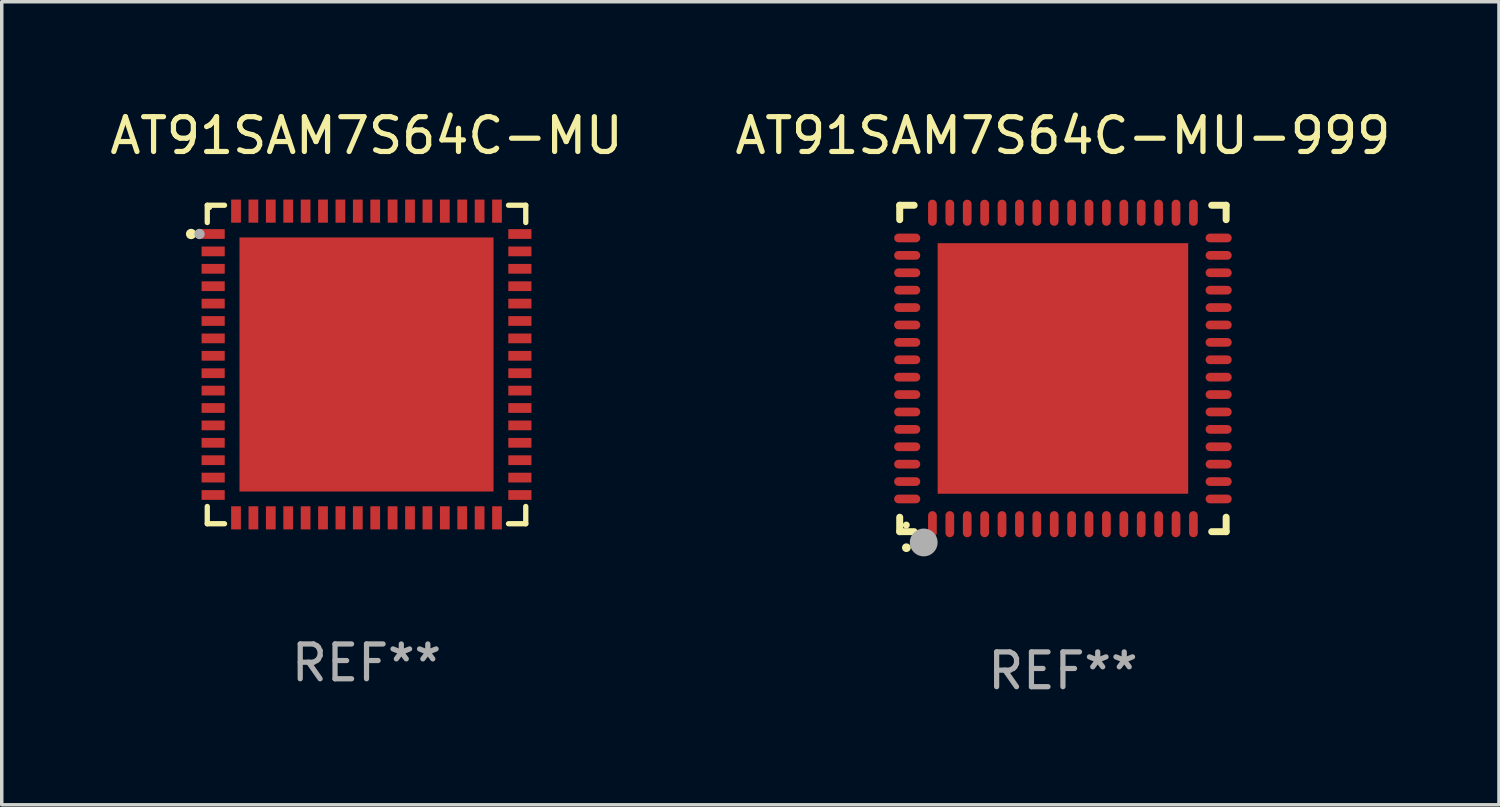
<source format=kicad_pcb>
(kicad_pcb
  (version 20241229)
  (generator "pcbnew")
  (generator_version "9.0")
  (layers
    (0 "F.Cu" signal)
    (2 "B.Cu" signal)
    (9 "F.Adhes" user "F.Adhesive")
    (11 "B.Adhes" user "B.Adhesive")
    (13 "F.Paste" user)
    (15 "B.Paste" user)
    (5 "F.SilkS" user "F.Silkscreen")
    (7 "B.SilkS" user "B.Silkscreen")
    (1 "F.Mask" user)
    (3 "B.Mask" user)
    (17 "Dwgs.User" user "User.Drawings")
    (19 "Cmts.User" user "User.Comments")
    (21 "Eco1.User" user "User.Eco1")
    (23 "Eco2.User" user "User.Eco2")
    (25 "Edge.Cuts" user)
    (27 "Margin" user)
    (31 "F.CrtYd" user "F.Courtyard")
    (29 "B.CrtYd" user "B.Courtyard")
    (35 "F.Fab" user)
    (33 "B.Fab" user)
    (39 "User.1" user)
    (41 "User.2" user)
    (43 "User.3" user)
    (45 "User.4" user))
  (footprint "AT91SAM7S64C-MU"
    (layer "F.Cu")
    (at 7.482 7.424)
    (property "Reference" "AT91SAM7S64C-MU" (at 0 -6.576 0) (layer "F.SilkS") (effects (font (size 1 1) (thickness 0.15))))
    (attr through_hole)
    (fp_line (start -4.576 -4.576) (end -4.576 -4.08) (stroke (width 0.152) (type solid)) (layer "F.SilkS"))
    (fp_line (start -4.576 4.576) (end -4.576 4.08) (stroke (width 0.152) (type solid)) (layer "F.SilkS"))
    (fp_line (start -4.08 -4.576) (end -4.576 -4.576) (stroke (width 0.152) (type solid)) (layer "F.SilkS"))
    (fp_line (start -4.08 4.576) (end -4.576 4.576) (stroke (width 0.152) (type solid)) (layer "F.SilkS"))
    (fp_line (start 4.08 -4.576) (end 4.576 -4.576) (stroke (width 0.152) (type solid)) (layer "F.SilkS"))
    (fp_line (start 4.08 4.576) (end 4.576 4.576) (stroke (width 0.152) (type solid)) (layer "F.SilkS"))
    (fp_line (start 4.576 -4.576) (end 4.576 -4.08) (stroke (width 0.152) (type solid)) (layer "F.SilkS"))
    (fp_line (start 4.576 4.576) (end 4.576 4.08) (stroke (width 0.152) (type solid)) (layer "F.SilkS"))
    (fp_circle (center -5.04 -3.75) (end -4.965 -3.75) (stroke (width 0.15) (type solid)) (fill no) (layer "F.SilkS"))
    (fp_circle (center -4.5 -4.5) (end -4.47 -4.5) (stroke (width 0.06) (type solid)) (fill no) (layer "F.SilkS"))
    (fp_circle (center -4.8 -3.75) (end -4.725 -3.75) (stroke (width 0.15) (type solid)) (fill no) (layer "F.Fab"))
    (fp_text user "REF**" (at 0 8.576 0) (layer "F.Fab") (effects (font (size 1 1) (thickness 0.15))))
    (pad "1" smd rect (at -4.407 -3.75) (size 0.665 0.28) (layers "F.Cu" "F.Mask" "F.Paste"))
    (pad "2" smd rect (at -4.407 -3.25) (size 0.665 0.28) (layers "F.Cu" "F.Mask" "F.Paste"))
    (pad "3" smd rect (at -4.407 -2.75) (size 0.665 0.28) (layers "F.Cu" "F.Mask" "F.Paste"))
    (pad "4" smd rect (at -4.407 -2.25) (size 0.665 0.28) (layers "F.Cu" "F.Mask" "F.Paste"))
    (pad "5" smd rect (at -4.407 -1.75) (size 0.665 0.28) (layers "F.Cu" "F.Mask" "F.Paste"))
    (pad "6" smd rect (at -4.407 -1.25) (size 0.665 0.28) (layers "F.Cu" "F.Mask" "F.Paste"))
    (pad "7" smd rect (at -4.407 -0.75) (size 0.665 0.28) (layers "F.Cu" "F.Mask" "F.Paste"))
    (pad "8" smd rect (at -4.407 -0.25) (size 0.665 0.28) (layers "F.Cu" "F.Mask" "F.Paste"))
    (pad "9" smd rect (at -4.407 0.25) (size 0.665 0.28) (layers "F.Cu" "F.Mask" "F.Paste"))
    (pad "10" smd rect (at -4.407 0.75) (size 0.665 0.28) (layers "F.Cu" "F.Mask" "F.Paste"))
    (pad "11" smd rect (at -4.407 1.25) (size 0.665 0.28) (layers "F.Cu" "F.Mask" "F.Paste"))
    (pad "12" smd rect (at -4.407 1.75) (size 0.665 0.28) (layers "F.Cu" "F.Mask" "F.Paste"))
    (pad "13" smd rect (at -4.407 2.25) (size 0.665 0.28) (layers "F.Cu" "F.Mask" "F.Paste"))
    (pad "14" smd rect (at -4.407 2.75) (size 0.665 0.28) (layers "F.Cu" "F.Mask" "F.Paste"))
    (pad "15" smd rect (at -4.407 3.25) (size 0.665 0.28) (layers "F.Cu" "F.Mask" "F.Paste"))
    (pad "16" smd rect (at -4.407 3.75) (size 0.665 0.28) (layers "F.Cu" "F.Mask" "F.Paste"))
    (pad "17" smd rect (at -3.75 4.407) (size 0.28 0.665) (layers "F.Cu" "F.Mask" "F.Paste"))
    (pad "18" smd rect (at -3.25 4.407) (size 0.28 0.665) (layers "F.Cu" "F.Mask" "F.Paste"))
    (pad "19" smd rect (at -2.75 4.407) (size 0.28 0.665) (layers "F.Cu" "F.Mask" "F.Paste"))
    (pad "20" smd rect (at -2.25 4.407) (size 0.28 0.665) (layers "F.Cu" "F.Mask" "F.Paste"))
    (pad "21" smd rect (at -1.75 4.407) (size 0.28 0.665) (layers "F.Cu" "F.Mask" "F.Paste"))
    (pad "22" smd rect (at -1.25 4.407) (size 0.28 0.665) (layers "F.Cu" "F.Mask" "F.Paste"))
    (pad "23" smd rect (at -0.75 4.407) (size 0.28 0.665) (layers "F.Cu" "F.Mask" "F.Paste"))
    (pad "24" smd rect (at -0.25 4.407) (size 0.28 0.665) (layers "F.Cu" "F.Mask" "F.Paste"))
    (pad "25" smd rect (at 0.25 4.407) (size 0.28 0.665) (layers "F.Cu" "F.Mask" "F.Paste"))
    (pad "26" smd rect (at 0.75 4.407) (size 0.28 0.665) (layers "F.Cu" "F.Mask" "F.Paste"))
    (pad "27" smd rect (at 1.25 4.407) (size 0.28 0.665) (layers "F.Cu" "F.Mask" "F.Paste"))
    (pad "28" smd rect (at 1.75 4.407) (size 0.28 0.665) (layers "F.Cu" "F.Mask" "F.Paste"))
    (pad "29" smd rect (at 2.25 4.407) (size 0.28 0.665) (layers "F.Cu" "F.Mask" "F.Paste"))
    (pad "30" smd rect (at 2.75 4.407) (size 0.28 0.665) (layers "F.Cu" "F.Mask" "F.Paste"))
    (pad "31" smd rect (at 3.25 4.407) (size 0.28 0.665) (layers "F.Cu" "F.Mask" "F.Paste"))
    (pad "32" smd rect (at 3.75 4.407) (size 0.28 0.665) (layers "F.Cu" "F.Mask" "F.Paste"))
    (pad "33" smd rect (at 4.407 3.75) (size 0.665 0.28) (layers "F.Cu" "F.Mask" "F.Paste"))
    (pad "34" smd rect (at 4.407 3.25) (size 0.665 0.28) (layers "F.Cu" "F.Mask" "F.Paste"))
    (pad "35" smd rect (at 4.407 2.75) (size 0.665 0.28) (layers "F.Cu" "F.Mask" "F.Paste"))
    (pad "36" smd rect (at 4.407 2.25) (size 0.665 0.28) (layers "F.Cu" "F.Mask" "F.Paste"))
    (pad "37" smd rect (at 4.407 1.75) (size 0.665 0.28) (layers "F.Cu" "F.Mask" "F.Paste"))
    (pad "38" smd rect (at 4.407 1.25) (size 0.665 0.28) (layers "F.Cu" "F.Mask" "F.Paste"))
    (pad "39" smd rect (at 4.407 0.75) (size 0.665 0.28) (layers "F.Cu" "F.Mask" "F.Paste"))
    (pad "40" smd rect (at 4.407 0.25) (size 0.665 0.28) (layers "F.Cu" "F.Mask" "F.Paste"))
    (pad "41" smd rect (at 4.407 -0.25) (size 0.665 0.28) (layers "F.Cu" "F.Mask" "F.Paste"))
    (pad "42" smd rect (at 4.407 -0.75) (size 0.665 0.28) (layers "F.Cu" "F.Mask" "F.Paste"))
    (pad "43" smd rect (at 4.407 -1.25) (size 0.665 0.28) (layers "F.Cu" "F.Mask" "F.Paste"))
    (pad "44" smd rect (at 4.407 -1.75) (size 0.665 0.28) (layers "F.Cu" "F.Mask" "F.Paste"))
    (pad "45" smd rect (at 4.407 -2.25) (size 0.665 0.28) (layers "F.Cu" "F.Mask" "F.Paste"))
    (pad "46" smd rect (at 4.407 -2.75) (size 0.665 0.28) (layers "F.Cu" "F.Mask" "F.Paste"))
    (pad "47" smd rect (at 4.407 -3.25) (size 0.665 0.28) (layers "F.Cu" "F.Mask" "F.Paste"))
    (pad "48" smd rect (at 4.407 -3.75) (size 0.665 0.28) (layers "F.Cu" "F.Mask" "F.Paste"))
    (pad "49" smd rect (at 3.75 -4.407) (size 0.28 0.665) (layers "F.Cu" "F.Mask" "F.Paste"))
    (pad "50" smd rect (at 3.25 -4.407) (size 0.28 0.665) (layers "F.Cu" "F.Mask" "F.Paste"))
    (pad "51" smd rect (at 2.75 -4.407) (size 0.28 0.665) (layers "F.Cu" "F.Mask" "F.Paste"))
    (pad "52" smd rect (at 2.25 -4.407) (size 0.28 0.665) (layers "F.Cu" "F.Mask" "F.Paste"))
    (pad "53" smd rect (at 1.75 -4.407) (size 0.28 0.665) (layers "F.Cu" "F.Mask" "F.Paste"))
    (pad "54" smd rect (at 1.25 -4.407) (size 0.28 0.665) (layers "F.Cu" "F.Mask" "F.Paste"))
    (pad "55" smd rect (at 0.75 -4.407) (size 0.28 0.665) (layers "F.Cu" "F.Mask" "F.Paste"))
    (pad "56" smd rect (at 0.25 -4.407) (size 0.28 0.665) (layers "F.Cu" "F.Mask" "F.Paste"))
    (pad "57" smd rect (at -0.25 -4.407) (size 0.28 0.665) (layers "F.Cu" "F.Mask" "F.Paste"))
    (pad "58" smd rect (at -0.75 -4.407) (size 0.28 0.665) (layers "F.Cu" "F.Mask" "F.Paste"))
    (pad "59" smd rect (at -1.25 -4.407) (size 0.28 0.665) (layers "F.Cu" "F.Mask" "F.Paste"))
    (pad "60" smd rect (at -1.75 -4.407) (size 0.28 0.665) (layers "F.Cu" "F.Mask" "F.Paste"))
    (pad "61" smd rect (at -2.25 -4.407) (size 0.28 0.665) (layers "F.Cu" "F.Mask" "F.Paste"))
    (pad "62" smd rect (at -2.75 -4.407) (size 0.28 0.665) (layers "F.Cu" "F.Mask" "F.Paste"))
    (pad "63" smd rect (at -3.25 -4.407) (size 0.28 0.665) (layers "F.Cu" "F.Mask" "F.Paste"))
    (pad "64" smd rect (at -3.75 -4.407) (size 0.28 0.665) (layers "F.Cu" "F.Mask" "F.Paste"))
    (pad "65" smd rect (at 0 0) (size 7.3 7.3) (layers "F.Cu" "F.Mask" "F.Paste")))
  (footprint "AT91SAM7S64C-MU-999"
    (layer "F.Cu")
    (at 27.494 7.538)
    (property "Reference" "AT91SAM7S64C-MU-999" (at 0 -6.69 0) (layer "F.SilkS") (effects (font (size 1 1) (thickness 0.15))))
    (attr through_hole)
    (fp_line (start -4.69 -4.69) (end -4.275 -4.69) (stroke (width 0.2) (type solid)) (layer "F.SilkS"))
    (fp_line (start -4.69 -4.275) (end -4.69 -4.69) (stroke (width 0.2) (type solid)) (layer "F.SilkS"))
    (fp_line (start -4.69 4.69) (end -4.69 4.275) (stroke (width 0.2) (type solid)) (layer "F.SilkS"))
    (fp_line (start -4.275 4.69) (end -4.69 4.69) (stroke (width 0.2) (type solid)) (layer "F.SilkS"))
    (fp_line (start 4.275 4.69) (end 4.69 4.69) (stroke (width 0.2) (type solid)) (layer "F.SilkS"))
    (fp_line (start 4.69 -4.69) (end 4.275 -4.69) (stroke (width 0.2) (type solid)) (layer "F.SilkS"))
    (fp_line (start 4.69 -4.275) (end 4.69 -4.69) (stroke (width 0.2) (type solid)) (layer "F.SilkS"))
    (fp_line (start 4.69 4.69) (end 4.69 4.275) (stroke (width 0.2) (type solid)) (layer "F.SilkS"))
    (fp_arc (start -4.499886 5.15) (mid -4.498616 5.149994) (end -4.497346 5.15) (stroke (width 0.24892) (type solid)) (layer "F.SilkS"))
    (fp_circle (center -4.5 4.5) (end -4.45 4.5) (stroke (width 0.1) (type solid)) (fill no) (layer "F.SilkS"))
    (fp_circle (center -4 5) (end -3.8 5) (stroke (width 0.4) (type solid)) (fill no) (layer "F.Fab"))
    (fp_text user "REF**" (at 0 8.69 0) (layer "F.Fab") (effects (font (size 1 1) (thickness 0.15))))
    (pad "1" smd oval (at -3.75 4.475) (size 0.25 0.75) (layers "F.Cu" "F.Mask" "F.Paste"))
    (pad "2" smd oval (at -3.25 4.475) (size 0.25 0.75) (layers "F.Cu" "F.Mask" "F.Paste"))
    (pad "3" smd oval (at -2.75 4.475) (size 0.25 0.75) (layers "F.Cu" "F.Mask" "F.Paste"))
    (pad "4" smd oval (at -2.25 4.475) (size 0.25 0.75) (layers "F.Cu" "F.Mask" "F.Paste"))
    (pad "5" smd oval (at -1.75 4.475) (size 0.25 0.75) (layers "F.Cu" "F.Mask" "F.Paste"))
    (pad "6" smd oval (at -1.25 4.475) (size 0.25 0.75) (layers "F.Cu" "F.Mask" "F.Paste"))
    (pad "7" smd oval (at -0.75 4.475) (size 0.25 0.75) (layers "F.Cu" "F.Mask" "F.Paste"))
    (pad "8" smd oval (at -0.25 4.475) (size 0.25 0.75) (layers "F.Cu" "F.Mask" "F.Paste"))
    (pad "9" smd oval (at 0.25 4.475) (size 0.25 0.75) (layers "F.Cu" "F.Mask" "F.Paste"))
    (pad "10" smd oval (at 0.75 4.475) (size 0.25 0.75) (layers "F.Cu" "F.Mask" "F.Paste"))
    (pad "11" smd oval (at 1.25 4.475) (size 0.25 0.75) (layers "F.Cu" "F.Mask" "F.Paste"))
    (pad "12" smd oval (at 1.75 4.475) (size 0.25 0.75) (layers "F.Cu" "F.Mask" "F.Paste"))
    (pad "13" smd oval (at 2.25 4.475) (size 0.25 0.75) (layers "F.Cu" "F.Mask" "F.Paste"))
    (pad "14" smd oval (at 2.75 4.475) (size 0.25 0.75) (layers "F.Cu" "F.Mask" "F.Paste"))
    (pad "15" smd oval (at 3.25 4.475) (size 0.25 0.75) (layers "F.Cu" "F.Mask" "F.Paste"))
    (pad "16" smd oval (at 3.75 4.475) (size 0.25 0.75) (layers "F.Cu" "F.Mask" "F.Paste"))
    (pad "17" smd oval (at 4.475 3.75) (size 0.75 0.25) (layers "F.Cu" "F.Mask" "F.Paste"))
    (pad "18" smd oval (at 4.475 3.25) (size 0.75 0.25) (layers "F.Cu" "F.Mask" "F.Paste"))
    (pad "19" smd oval (at 4.475 2.75) (size 0.75 0.25) (layers "F.Cu" "F.Mask" "F.Paste"))
    (pad "20" smd oval (at 4.475 2.25) (size 0.75 0.25) (layers "F.Cu" "F.Mask" "F.Paste"))
    (pad "21" smd oval (at 4.475 1.75) (size 0.75 0.25) (layers "F.Cu" "F.Mask" "F.Paste"))
    (pad "22" smd oval (at 4.475 1.25) (size 0.75 0.25) (layers "F.Cu" "F.Mask" "F.Paste"))
    (pad "23" smd oval (at 4.475 0.75) (size 0.75 0.25) (layers "F.Cu" "F.Mask" "F.Paste"))
    (pad "24" smd oval (at 4.475 0.25) (size 0.75 0.25) (layers "F.Cu" "F.Mask" "F.Paste"))
    (pad "25" smd oval (at 4.475 -0.25) (size 0.75 0.25) (layers "F.Cu" "F.Mask" "F.Paste"))
    (pad "26" smd oval (at 4.475 -0.75) (size 0.75 0.25) (layers "F.Cu" "F.Mask" "F.Paste"))
    (pad "27" smd oval (at 4.475 -1.25) (size 0.75 0.25) (layers "F.Cu" "F.Mask" "F.Paste"))
    (pad "28" smd oval (at 4.475 -1.75) (size 0.75 0.25) (layers "F.Cu" "F.Mask" "F.Paste"))
    (pad "29" smd oval (at 4.475 -2.25) (size 0.75 0.25) (layers "F.Cu" "F.Mask" "F.Paste"))
    (pad "30" smd oval (at 4.475 -2.75) (size 0.75 0.25) (layers "F.Cu" "F.Mask" "F.Paste"))
    (pad "31" smd oval (at 4.475 -3.25) (size 0.75 0.25) (layers "F.Cu" "F.Mask" "F.Paste"))
    (pad "32" smd oval (at 4.475 -3.75) (size 0.75 0.25) (layers "F.Cu" "F.Mask" "F.Paste"))
    (pad "33" smd oval (at 3.75 -4.475) (size 0.25 0.75) (layers "F.Cu" "F.Mask" "F.Paste"))
    (pad "34" smd oval (at 3.25 -4.475) (size 0.25 0.75) (layers "F.Cu" "F.Mask" "F.Paste"))
    (pad "35" smd oval (at 2.75 -4.475) (size 0.25 0.75) (layers "F.Cu" "F.Mask" "F.Paste"))
    (pad "36" smd oval (at 2.25 -4.475) (size 0.25 0.75) (layers "F.Cu" "F.Mask" "F.Paste"))
    (pad "37" smd oval (at 1.75 -4.475) (size 0.25 0.75) (layers "F.Cu" "F.Mask" "F.Paste"))
    (pad "38" smd oval (at 1.25 -4.475) (size 0.25 0.75) (layers "F.Cu" "F.Mask" "F.Paste"))
    (pad "39" smd oval (at 0.75 -4.475) (size 0.25 0.75) (layers "F.Cu" "F.Mask" "F.Paste"))
    (pad "40" smd oval (at 0.25 -4.475) (size 0.25 0.75) (layers "F.Cu" "F.Mask" "F.Paste"))
    (pad "41" smd oval (at -0.25 -4.475) (size 0.25 0.75) (layers "F.Cu" "F.Mask" "F.Paste"))
    (pad "42" smd oval (at -0.75 -4.475) (size 0.25 0.75) (layers "F.Cu" "F.Mask" "F.Paste"))
    (pad "43" smd oval (at -1.25 -4.475) (size 0.25 0.75) (layers "F.Cu" "F.Mask" "F.Paste"))
    (pad "44" smd oval (at -1.75 -4.475) (size 0.25 0.75) (layers "F.Cu" "F.Mask" "F.Paste"))
    (pad "45" smd oval (at -2.25 -4.475) (size 0.25 0.75) (layers "F.Cu" "F.Mask" "F.Paste"))
    (pad "46" smd oval (at -2.75 -4.475) (size 0.25 0.75) (layers "F.Cu" "F.Mask" "F.Paste"))
    (pad "47" smd oval (at -3.25 -4.475) (size 0.25 0.75) (layers "F.Cu" "F.Mask" "F.Paste"))
    (pad "48" smd oval (at -3.75 -4.475) (size 0.25 0.75) (layers "F.Cu" "F.Mask" "F.Paste"))
    (pad "49" smd oval (at -4.475 -3.75) (size 0.75 0.25) (layers "F.Cu" "F.Mask" "F.Paste"))
    (pad "50" smd oval (at -4.475 -3.25) (size 0.75 0.25) (layers "F.Cu" "F.Mask" "F.Paste"))
    (pad "51" smd oval (at -4.475 -2.75) (size 0.75 0.25) (layers "F.Cu" "F.Mask" "F.Paste"))
    (pad "52" smd oval (at -4.475 -2.25) (size 0.75 0.25) (layers "F.Cu" "F.Mask" "F.Paste"))
    (pad "53" smd oval (at -4.475 -1.75) (size 0.75 0.25) (layers "F.Cu" "F.Mask" "F.Paste"))
    (pad "54" smd oval (at -4.475 -1.25) (size 0.75 0.25) (layers "F.Cu" "F.Mask" "F.Paste"))
    (pad "55" smd oval (at -4.475 -0.75) (size 0.75 0.25) (layers "F.Cu" "F.Mask" "F.Paste"))
    (pad "56" smd oval (at -4.475 -0.25) (size 0.75 0.25) (layers "F.Cu" "F.Mask" "F.Paste"))
    (pad "57" smd oval (at -4.475 0.25) (size 0.75 0.25) (layers "F.Cu" "F.Mask" "F.Paste"))
    (pad "58" smd oval (at -4.475 0.75) (size 0.75 0.25) (layers "F.Cu" "F.Mask" "F.Paste"))
    (pad "59" smd oval (at -4.475 1.25) (size 0.75 0.25) (layers "F.Cu" "F.Mask" "F.Paste"))
    (pad "60" smd oval (at -4.475 1.75) (size 0.75 0.25) (layers "F.Cu" "F.Mask" "F.Paste"))
    (pad "61" smd oval (at -4.475 2.25) (size 0.75 0.25) (layers "F.Cu" "F.Mask" "F.Paste"))
    (pad "62" smd oval (at -4.475 2.75) (size 0.75 0.25) (layers "F.Cu" "F.Mask" "F.Paste"))
    (pad "63" smd oval (at -4.475 3.25) (size 0.75 0.25) (layers "F.Cu" "F.Mask" "F.Paste"))
    (pad "64" smd oval (at -4.475 3.75) (size 0.75 0.25) (layers "F.Cu" "F.Mask" "F.Paste"))
    (pad "65" smd rect (at 0.000368 0.000013) (size 7.2 7.2) (layers "F.Cu" "F.Mask" "F.Paste")))
  (gr_rect
    (start -3 -3)
    (end 40.024 20.077)
    (stroke (width 0.1) (type default))
    (fill no)
    (layer "Edge.Cuts")))
</source>
